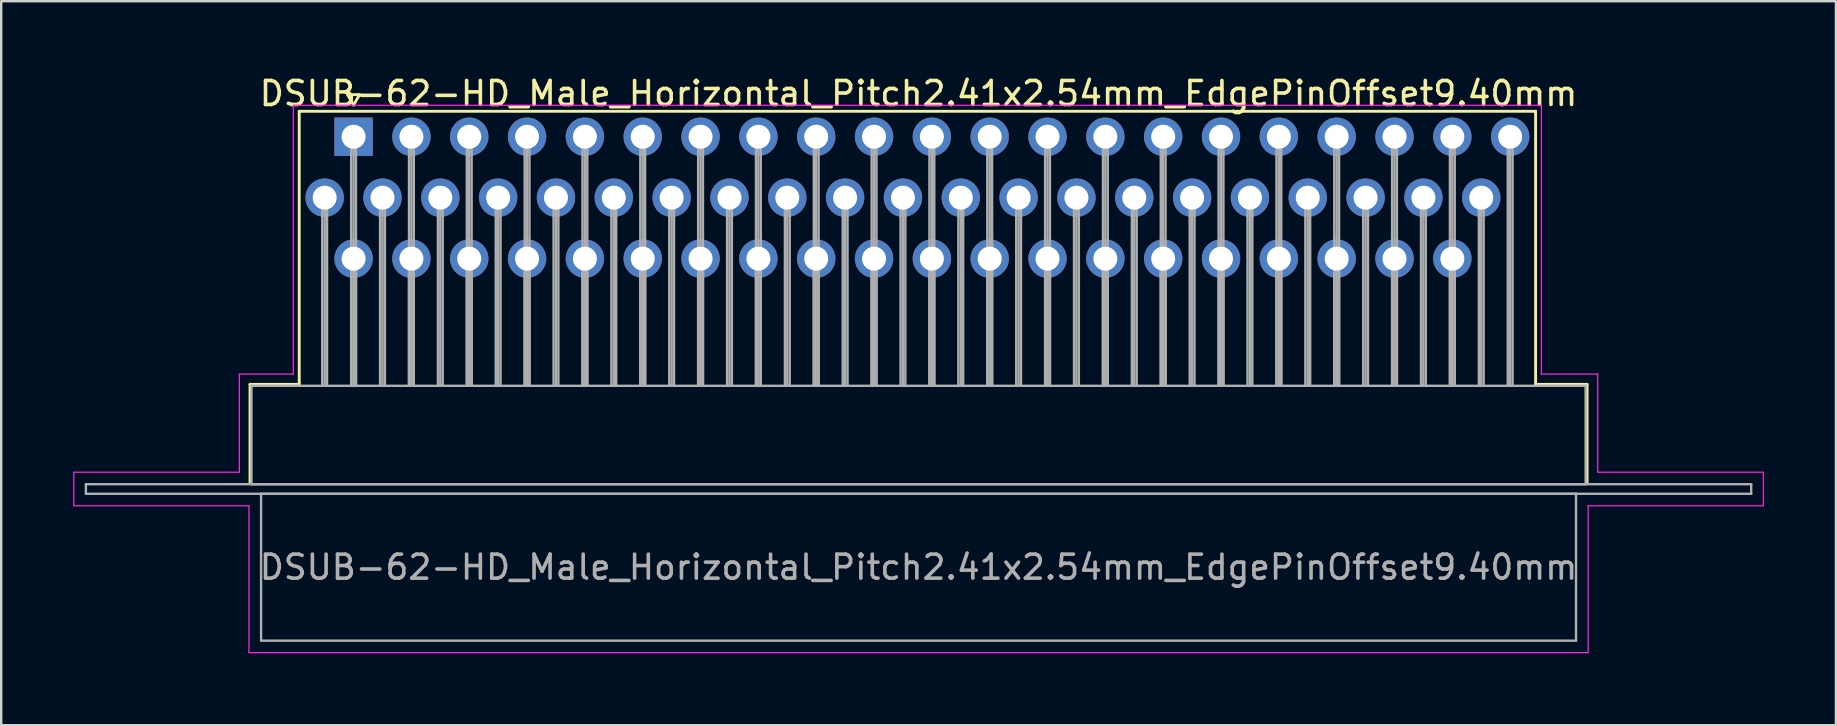
<source format=kicad_pcb>
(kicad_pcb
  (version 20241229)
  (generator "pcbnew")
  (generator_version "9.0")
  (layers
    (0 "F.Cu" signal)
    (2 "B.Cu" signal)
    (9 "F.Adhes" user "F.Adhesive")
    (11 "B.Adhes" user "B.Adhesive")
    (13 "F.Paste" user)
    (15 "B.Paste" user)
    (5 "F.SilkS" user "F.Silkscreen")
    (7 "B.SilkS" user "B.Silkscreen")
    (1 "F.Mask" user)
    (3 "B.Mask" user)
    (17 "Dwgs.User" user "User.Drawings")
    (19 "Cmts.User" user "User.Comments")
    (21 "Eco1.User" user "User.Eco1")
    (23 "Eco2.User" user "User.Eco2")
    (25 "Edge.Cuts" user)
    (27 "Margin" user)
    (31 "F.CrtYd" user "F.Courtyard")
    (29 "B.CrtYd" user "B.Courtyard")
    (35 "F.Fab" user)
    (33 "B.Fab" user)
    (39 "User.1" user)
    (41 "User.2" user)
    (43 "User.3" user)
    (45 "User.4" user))
  (footprint "DSUB-62-HD_Male_Horizontal_Pitch2.41x2.54mm_EdgePinOffset9.40mm"
    (layer "F.Cu")
    (at 11.685 2.648)
    (property "Reference" "DSUB-62-HD_Male_Horizontal_Pitch2.41x2.54mm_EdgePinOffset9.40mm" (at 23.545 -1.8 0) (layer "F.SilkS") (effects (font (size 1 1) (thickness 0.15))))
    (attr through_hole)
    (fp_line (start -4.315 10.32) (end -2.265 10.32) (stroke (width 0.12) (type solid)) (layer "F.SilkS"))
    (fp_line (start -4.315 14.42) (end -4.315 10.32) (stroke (width 0.12) (type solid)) (layer "F.SilkS"))
    (fp_line (start -2.265 -1.06) (end 49.26 -1.06) (stroke (width 0.12) (type solid)) (layer "F.SilkS"))
    (fp_line (start -2.265 10.32) (end -2.265 -1.06) (stroke (width 0.12) (type solid)) (layer "F.SilkS"))
    (fp_line (start -0.25 -1.754) (end 0.25 -1.754) (stroke (width 0.12) (type solid)) (layer "F.SilkS"))
    (fp_line (start 0 -1.321) (end -0.25 -1.754) (stroke (width 0.12) (type solid)) (layer "F.SilkS"))
    (fp_line (start 0.25 -1.754) (end 0 -1.321) (stroke (width 0.12) (type solid)) (layer "F.SilkS"))
    (fp_line (start 49.26 -1.06) (end 49.26 10.32) (stroke (width 0.12) (type solid)) (layer "F.SilkS"))
    (fp_line (start 49.26 10.32) (end 51.405 10.32) (stroke (width 0.12) (type solid)) (layer "F.SilkS"))
    (fp_line (start 51.405 10.32) (end 51.405 14.42) (stroke (width 0.12) (type solid)) (layer "F.SilkS"))
    (fp_line (start -11.66 13.98) (end -4.76 13.98) (stroke (width 0.05) (type solid)) (layer "F.CrtYd"))
    (fp_line (start -11.66 15.38) (end -11.66 13.98) (stroke (width 0.05) (type solid)) (layer "F.CrtYd"))
    (fp_line (start -4.76 9.89) (end -2.51 9.89) (stroke (width 0.05) (type solid)) (layer "F.CrtYd"))
    (fp_line (start -4.76 13.98) (end -4.76 9.89) (stroke (width 0.05) (type solid)) (layer "F.CrtYd"))
    (fp_line (start -4.36 15.38) (end -11.66 15.38) (stroke (width 0.05) (type solid)) (layer "F.CrtYd"))
    (fp_line (start -4.36 21.5) (end -4.36 15.38) (stroke (width 0.05) (type solid)) (layer "F.CrtYd"))
    (fp_line (start -2.51 -1.31) (end 49.5 -1.31) (stroke (width 0.05) (type solid)) (layer "F.CrtYd"))
    (fp_line (start -2.51 9.89) (end -2.51 -1.31) (stroke (width 0.05) (type solid)) (layer "F.CrtYd"))
    (fp_line (start 49.5 -1.31) (end 49.5 9.89) (stroke (width 0.05) (type solid)) (layer "F.CrtYd"))
    (fp_line (start 49.5 9.89) (end 51.85 9.89) (stroke (width 0.05) (type solid)) (layer "F.CrtYd"))
    (fp_line (start 51.45 15.38) (end 51.45 21.5) (stroke (width 0.05) (type solid)) (layer "F.CrtYd"))
    (fp_line (start 51.45 21.5) (end -4.36 21.5) (stroke (width 0.05) (type solid)) (layer "F.CrtYd"))
    (fp_line (start 51.85 9.89) (end 51.85 13.98) (stroke (width 0.05) (type solid)) (layer "F.CrtYd"))
    (fp_line (start 51.85 13.98) (end 58.75 13.98) (stroke (width 0.05) (type solid)) (layer "F.CrtYd"))
    (fp_line (start 58.75 13.98) (end 58.75 15.38) (stroke (width 0.05) (type solid)) (layer "F.CrtYd"))
    (fp_line (start 58.75 15.38) (end 51.45 15.38) (stroke (width 0.05) (type solid)) (layer "F.CrtYd"))
    (fp_line (start -11.155 14.48) (end -11.155 14.88) (stroke (width 0.1) (type solid)) (layer "F.Fab"))
    (fp_line (start -11.155 14.88) (end 58.245 14.88) (stroke (width 0.1) (type solid)) (layer "F.Fab"))
    (fp_line (start -4.255 10.38) (end -4.255 14.48) (stroke (width 0.1) (type solid)) (layer "F.Fab"))
    (fp_line (start -4.255 14.48) (end 51.345 14.48) (stroke (width 0.1) (type solid)) (layer "F.Fab"))
    (fp_line (start -3.855 14.88) (end -3.855 21) (stroke (width 0.1) (type solid)) (layer "F.Fab"))
    (fp_line (start -3.855 21) (end 50.945 21) (stroke (width 0.1) (type solid)) (layer "F.Fab"))
    (fp_line (start -1.305 2.54) (end -1.305 10.38) (stroke (width 0.1) (type solid)) (layer "F.Fab"))
    (fp_line (start -1.205 2.54) (end -1.205 10.38) (stroke (width 0.1) (type solid)) (layer "F.Fab"))
    (fp_line (start -1.105 2.54) (end -1.105 10.38) (stroke (width 0.1) (type solid)) (layer "F.Fab"))
    (fp_line (start -0.1 0) (end -0.1 10.38) (stroke (width 0.1) (type solid)) (layer "F.Fab"))
    (fp_line (start -0.1 5.08) (end -0.1 10.38) (stroke (width 0.1) (type solid)) (layer "F.Fab"))
    (fp_line (start 0 0) (end 0 10.38) (stroke (width 0.1) (type solid)) (layer "F.Fab"))
    (fp_line (start 0 5.08) (end 0 10.38) (stroke (width 0.1) (type solid)) (layer "F.Fab"))
    (fp_line (start 0.1 0) (end 0.1 10.38) (stroke (width 0.1) (type solid)) (layer "F.Fab"))
    (fp_line (start 0.1 5.08) (end 0.1 10.38) (stroke (width 0.1) (type solid)) (layer "F.Fab"))
    (fp_line (start 1.105 2.54) (end 1.105 10.38) (stroke (width 0.1) (type solid)) (layer "F.Fab"))
    (fp_line (start 1.205 2.54) (end 1.205 10.38) (stroke (width 0.1) (type solid)) (layer "F.Fab"))
    (fp_line (start 1.305 2.54) (end 1.305 10.38) (stroke (width 0.1) (type solid)) (layer "F.Fab"))
    (fp_line (start 2.31 0) (end 2.31 10.38) (stroke (width 0.1) (type solid)) (layer "F.Fab"))
    (fp_line (start 2.31 5.08) (end 2.31 10.38) (stroke (width 0.1) (type solid)) (layer "F.Fab"))
    (fp_line (start 2.41 0) (end 2.41 10.38) (stroke (width 0.1) (type solid)) (layer "F.Fab"))
    (fp_line (start 2.41 5.08) (end 2.41 10.38) (stroke (width 0.1) (type solid)) (layer "F.Fab"))
    (fp_line (start 2.51 0) (end 2.51 10.38) (stroke (width 0.1) (type solid)) (layer "F.Fab"))
    (fp_line (start 2.51 5.08) (end 2.51 10.38) (stroke (width 0.1) (type solid)) (layer "F.Fab"))
    (fp_line (start 3.515 2.54) (end 3.515 10.38) (stroke (width 0.1) (type solid)) (layer "F.Fab"))
    (fp_line (start 3.615 2.54) (end 3.615 10.38) (stroke (width 0.1) (type solid)) (layer "F.Fab"))
    (fp_line (start 3.715 2.54) (end 3.715 10.38) (stroke (width 0.1) (type solid)) (layer "F.Fab"))
    (fp_line (start 4.72 0) (end 4.72 10.38) (stroke (width 0.1) (type solid)) (layer "F.Fab"))
    (fp_line (start 4.72 5.08) (end 4.72 10.38) (stroke (width 0.1) (type solid)) (layer "F.Fab"))
    (fp_line (start 4.82 0) (end 4.82 10.38) (stroke (width 0.1) (type solid)) (layer "F.Fab"))
    (fp_line (start 4.82 5.08) (end 4.82 10.38) (stroke (width 0.1) (type solid)) (layer "F.Fab"))
    (fp_line (start 4.92 0) (end 4.92 10.38) (stroke (width 0.1) (type solid)) (layer "F.Fab"))
    (fp_line (start 4.92 5.08) (end 4.92 10.38) (stroke (width 0.1) (type solid)) (layer "F.Fab"))
    (fp_line (start 5.925 2.54) (end 5.925 10.38) (stroke (width 0.1) (type solid)) (layer "F.Fab"))
    (fp_line (start 6.025 2.54) (end 6.025 10.38) (stroke (width 0.1) (type solid)) (layer "F.Fab"))
    (fp_line (start 6.125 2.54) (end 6.125 10.38) (stroke (width 0.1) (type solid)) (layer "F.Fab"))
    (fp_line (start 7.13 0) (end 7.13 10.38) (stroke (width 0.1) (type solid)) (layer "F.Fab"))
    (fp_line (start 7.13 5.08) (end 7.13 10.38) (stroke (width 0.1) (type solid)) (layer "F.Fab"))
    (fp_line (start 7.23 0) (end 7.23 10.38) (stroke (width 0.1) (type solid)) (layer "F.Fab"))
    (fp_line (start 7.23 5.08) (end 7.23 10.38) (stroke (width 0.1) (type solid)) (layer "F.Fab"))
    (fp_line (start 7.33 0) (end 7.33 10.38) (stroke (width 0.1) (type solid)) (layer "F.Fab"))
    (fp_line (start 7.33 5.08) (end 7.33 10.38) (stroke (width 0.1) (type solid)) (layer "F.Fab"))
    (fp_line (start 8.335 2.54) (end 8.335 10.38) (stroke (width 0.1) (type solid)) (layer "F.Fab"))
    (fp_line (start 8.435 2.54) (end 8.435 10.38) (stroke (width 0.1) (type solid)) (layer "F.Fab"))
    (fp_line (start 8.535 2.54) (end 8.535 10.38) (stroke (width 0.1) (type solid)) (layer "F.Fab"))
    (fp_line (start 9.54 0) (end 9.54 10.38) (stroke (width 0.1) (type solid)) (layer "F.Fab"))
    (fp_line (start 9.54 5.08) (end 9.54 10.38) (stroke (width 0.1) (type solid)) (layer "F.Fab"))
    (fp_line (start 9.64 0) (end 9.64 10.38) (stroke (width 0.1) (type solid)) (layer "F.Fab"))
    (fp_line (start 9.64 5.08) (end 9.64 10.38) (stroke (width 0.1) (type solid)) (layer "F.Fab"))
    (fp_line (start 9.74 0) (end 9.74 10.38) (stroke (width 0.1) (type solid)) (layer "F.Fab"))
    (fp_line (start 9.74 5.08) (end 9.74 10.38) (stroke (width 0.1) (type solid)) (layer "F.Fab"))
    (fp_line (start 10.745 2.54) (end 10.745 10.38) (stroke (width 0.1) (type solid)) (layer "F.Fab"))
    (fp_line (start 10.845 2.54) (end 10.845 10.38) (stroke (width 0.1) (type solid)) (layer "F.Fab"))
    (fp_line (start 10.945 2.54) (end 10.945 10.38) (stroke (width 0.1) (type solid)) (layer "F.Fab"))
    (fp_line (start 11.95 0) (end 11.95 10.38) (stroke (width 0.1) (type solid)) (layer "F.Fab"))
    (fp_line (start 11.95 5.08) (end 11.95 10.38) (stroke (width 0.1) (type solid)) (layer "F.Fab"))
    (fp_line (start 12.05 0) (end 12.05 10.38) (stroke (width 0.1) (type solid)) (layer "F.Fab"))
    (fp_line (start 12.05 5.08) (end 12.05 10.38) (stroke (width 0.1) (type solid)) (layer "F.Fab"))
    (fp_line (start 12.15 0) (end 12.15 10.38) (stroke (width 0.1) (type solid)) (layer "F.Fab"))
    (fp_line (start 12.15 5.08) (end 12.15 10.38) (stroke (width 0.1) (type solid)) (layer "F.Fab"))
    (fp_line (start 13.155 2.54) (end 13.155 10.38) (stroke (width 0.1) (type solid)) (layer "F.Fab"))
    (fp_line (start 13.255 2.54) (end 13.255 10.38) (stroke (width 0.1) (type solid)) (layer "F.Fab"))
    (fp_line (start 13.355 2.54) (end 13.355 10.38) (stroke (width 0.1) (type solid)) (layer "F.Fab"))
    (fp_line (start 14.36 0) (end 14.36 10.38) (stroke (width 0.1) (type solid)) (layer "F.Fab"))
    (fp_line (start 14.36 5.08) (end 14.36 10.38) (stroke (width 0.1) (type solid)) (layer "F.Fab"))
    (fp_line (start 14.46 0) (end 14.46 10.38) (stroke (width 0.1) (type solid)) (layer "F.Fab"))
    (fp_line (start 14.46 5.08) (end 14.46 10.38) (stroke (width 0.1) (type solid)) (layer "F.Fab"))
    (fp_line (start 14.56 0) (end 14.56 10.38) (stroke (width 0.1) (type solid)) (layer "F.Fab"))
    (fp_line (start 14.56 5.08) (end 14.56 10.38) (stroke (width 0.1) (type solid)) (layer "F.Fab"))
    (fp_line (start 15.565 2.54) (end 15.565 10.38) (stroke (width 0.1) (type solid)) (layer "F.Fab"))
    (fp_line (start 15.665 2.54) (end 15.665 10.38) (stroke (width 0.1) (type solid)) (layer "F.Fab"))
    (fp_line (start 15.765 2.54) (end 15.765 10.38) (stroke (width 0.1) (type solid)) (layer "F.Fab"))
    (fp_line (start 16.77 0) (end 16.77 10.38) (stroke (width 0.1) (type solid)) (layer "F.Fab"))
    (fp_line (start 16.77 5.08) (end 16.77 10.38) (stroke (width 0.1) (type solid)) (layer "F.Fab"))
    (fp_line (start 16.87 0) (end 16.87 10.38) (stroke (width 0.1) (type solid)) (layer "F.Fab"))
    (fp_line (start 16.87 5.08) (end 16.87 10.38) (stroke (width 0.1) (type solid)) (layer "F.Fab"))
    (fp_line (start 16.97 0) (end 16.97 10.38) (stroke (width 0.1) (type solid)) (layer "F.Fab"))
    (fp_line (start 16.97 5.08) (end 16.97 10.38) (stroke (width 0.1) (type solid)) (layer "F.Fab"))
    (fp_line (start 17.975 2.54) (end 17.975 10.38) (stroke (width 0.1) (type solid)) (layer "F.Fab"))
    (fp_line (start 18.075 2.54) (end 18.075 10.38) (stroke (width 0.1) (type solid)) (layer "F.Fab"))
    (fp_line (start 18.175 2.54) (end 18.175 10.38) (stroke (width 0.1) (type solid)) (layer "F.Fab"))
    (fp_line (start 19.18 0) (end 19.18 10.38) (stroke (width 0.1) (type solid)) (layer "F.Fab"))
    (fp_line (start 19.18 5.08) (end 19.18 10.38) (stroke (width 0.1) (type solid)) (layer "F.Fab"))
    (fp_line (start 19.28 0) (end 19.28 10.38) (stroke (width 0.1) (type solid)) (layer "F.Fab"))
    (fp_line (start 19.28 5.08) (end 19.28 10.38) (stroke (width 0.1) (type solid)) (layer "F.Fab"))
    (fp_line (start 19.38 0) (end 19.38 10.38) (stroke (width 0.1) (type solid)) (layer "F.Fab"))
    (fp_line (start 19.38 5.08) (end 19.38 10.38) (stroke (width 0.1) (type solid)) (layer "F.Fab"))
    (fp_line (start 20.385 2.54) (end 20.385 10.38) (stroke (width 0.1) (type solid)) (layer "F.Fab"))
    (fp_line (start 20.485 2.54) (end 20.485 10.38) (stroke (width 0.1) (type solid)) (layer "F.Fab"))
    (fp_line (start 20.585 2.54) (end 20.585 10.38) (stroke (width 0.1) (type solid)) (layer "F.Fab"))
    (fp_line (start 21.59 0) (end 21.59 10.38) (stroke (width 0.1) (type solid)) (layer "F.Fab"))
    (fp_line (start 21.59 5.08) (end 21.59 10.38) (stroke (width 0.1) (type solid)) (layer "F.Fab"))
    (fp_line (start 21.69 0) (end 21.69 10.38) (stroke (width 0.1) (type solid)) (layer "F.Fab"))
    (fp_line (start 21.69 5.08) (end 21.69 10.38) (stroke (width 0.1) (type solid)) (layer "F.Fab"))
    (fp_line (start 21.79 0) (end 21.79 10.38) (stroke (width 0.1) (type solid)) (layer "F.Fab"))
    (fp_line (start 21.79 5.08) (end 21.79 10.38) (stroke (width 0.1) (type solid)) (layer "F.Fab"))
    (fp_line (start 22.795 2.54) (end 22.795 10.38) (stroke (width 0.1) (type solid)) (layer "F.Fab"))
    (fp_line (start 22.895 2.54) (end 22.895 10.38) (stroke (width 0.1) (type solid)) (layer "F.Fab"))
    (fp_line (start 22.995 2.54) (end 22.995 10.38) (stroke (width 0.1) (type solid)) (layer "F.Fab"))
    (fp_line (start 24 0) (end 24 10.38) (stroke (width 0.1) (type solid)) (layer "F.Fab"))
    (fp_line (start 24 5.08) (end 24 10.38) (stroke (width 0.1) (type solid)) (layer "F.Fab"))
    (fp_line (start 24.1 0) (end 24.1 10.38) (stroke (width 0.1) (type solid)) (layer "F.Fab"))
    (fp_line (start 24.1 5.08) (end 24.1 10.38) (stroke (width 0.1) (type solid)) (layer "F.Fab"))
    (fp_line (start 24.2 0) (end 24.2 10.38) (stroke (width 0.1) (type solid)) (layer "F.Fab"))
    (fp_line (start 24.2 5.08) (end 24.2 10.38) (stroke (width 0.1) (type solid)) (layer "F.Fab"))
    (fp_line (start 25.205 2.54) (end 25.205 10.38) (stroke (width 0.1) (type solid)) (layer "F.Fab"))
    (fp_line (start 25.305 2.54) (end 25.305 10.38) (stroke (width 0.1) (type solid)) (layer "F.Fab"))
    (fp_line (start 25.405 2.54) (end 25.405 10.38) (stroke (width 0.1) (type solid)) (layer "F.Fab"))
    (fp_line (start 26.41 0) (end 26.41 10.38) (stroke (width 0.1) (type solid)) (layer "F.Fab"))
    (fp_line (start 26.41 5.08) (end 26.41 10.38) (stroke (width 0.1) (type solid)) (layer "F.Fab"))
    (fp_line (start 26.51 0) (end 26.51 10.38) (stroke (width 0.1) (type solid)) (layer "F.Fab"))
    (fp_line (start 26.51 5.08) (end 26.51 10.38) (stroke (width 0.1) (type solid)) (layer "F.Fab"))
    (fp_line (start 26.61 0) (end 26.61 10.38) (stroke (width 0.1) (type solid)) (layer "F.Fab"))
    (fp_line (start 26.61 5.08) (end 26.61 10.38) (stroke (width 0.1) (type solid)) (layer "F.Fab"))
    (fp_line (start 27.615 2.54) (end 27.615 10.38) (stroke (width 0.1) (type solid)) (layer "F.Fab"))
    (fp_line (start 27.715 2.54) (end 27.715 10.38) (stroke (width 0.1) (type solid)) (layer "F.Fab"))
    (fp_line (start 27.815 2.54) (end 27.815 10.38) (stroke (width 0.1) (type solid)) (layer "F.Fab"))
    (fp_line (start 28.82 0) (end 28.82 10.38) (stroke (width 0.1) (type solid)) (layer "F.Fab"))
    (fp_line (start 28.82 5.08) (end 28.82 10.38) (stroke (width 0.1) (type solid)) (layer "F.Fab"))
    (fp_line (start 28.92 0) (end 28.92 10.38) (stroke (width 0.1) (type solid)) (layer "F.Fab"))
    (fp_line (start 28.92 5.08) (end 28.92 10.38) (stroke (width 0.1) (type solid)) (layer "F.Fab"))
    (fp_line (start 29.02 0) (end 29.02 10.38) (stroke (width 0.1) (type solid)) (layer "F.Fab"))
    (fp_line (start 29.02 5.08) (end 29.02 10.38) (stroke (width 0.1) (type solid)) (layer "F.Fab"))
    (fp_line (start 30.025 2.54) (end 30.025 10.38) (stroke (width 0.1) (type solid)) (layer "F.Fab"))
    (fp_line (start 30.125 2.54) (end 30.125 10.38) (stroke (width 0.1) (type solid)) (layer "F.Fab"))
    (fp_line (start 30.225 2.54) (end 30.225 10.38) (stroke (width 0.1) (type solid)) (layer "F.Fab"))
    (fp_line (start 31.23 0) (end 31.23 10.38) (stroke (width 0.1) (type solid)) (layer "F.Fab"))
    (fp_line (start 31.23 5.08) (end 31.23 10.38) (stroke (width 0.1) (type solid)) (layer "F.Fab"))
    (fp_line (start 31.33 0) (end 31.33 10.38) (stroke (width 0.1) (type solid)) (layer "F.Fab"))
    (fp_line (start 31.33 5.08) (end 31.33 10.38) (stroke (width 0.1) (type solid)) (layer "F.Fab"))
    (fp_line (start 31.43 0) (end 31.43 10.38) (stroke (width 0.1) (type solid)) (layer "F.Fab"))
    (fp_line (start 31.43 5.08) (end 31.43 10.38) (stroke (width 0.1) (type solid)) (layer "F.Fab"))
    (fp_line (start 32.435 2.54) (end 32.435 10.38) (stroke (width 0.1) (type solid)) (layer "F.Fab"))
    (fp_line (start 32.535 2.54) (end 32.535 10.38) (stroke (width 0.1) (type solid)) (layer "F.Fab"))
    (fp_line (start 32.635 2.54) (end 32.635 10.38) (stroke (width 0.1) (type solid)) (layer "F.Fab"))
    (fp_line (start 33.64 0) (end 33.64 10.38) (stroke (width 0.1) (type solid)) (layer "F.Fab"))
    (fp_line (start 33.64 5.08) (end 33.64 10.38) (stroke (width 0.1) (type solid)) (layer "F.Fab"))
    (fp_line (start 33.74 0) (end 33.74 10.38) (stroke (width 0.1) (type solid)) (layer "F.Fab"))
    (fp_line (start 33.74 5.08) (end 33.74 10.38) (stroke (width 0.1) (type solid)) (layer "F.Fab"))
    (fp_line (start 33.84 0) (end 33.84 10.38) (stroke (width 0.1) (type solid)) (layer "F.Fab"))
    (fp_line (start 33.84 5.08) (end 33.84 10.38) (stroke (width 0.1) (type solid)) (layer "F.Fab"))
    (fp_line (start 34.845 2.54) (end 34.845 10.38) (stroke (width 0.1) (type solid)) (layer "F.Fab"))
    (fp_line (start 34.945 2.54) (end 34.945 10.38) (stroke (width 0.1) (type solid)) (layer "F.Fab"))
    (fp_line (start 35.045 2.54) (end 35.045 10.38) (stroke (width 0.1) (type solid)) (layer "F.Fab"))
    (fp_line (start 36.05 0) (end 36.05 10.38) (stroke (width 0.1) (type solid)) (layer "F.Fab"))
    (fp_line (start 36.05 5.08) (end 36.05 10.38) (stroke (width 0.1) (type solid)) (layer "F.Fab"))
    (fp_line (start 36.15 0) (end 36.15 10.38) (stroke (width 0.1) (type solid)) (layer "F.Fab"))
    (fp_line (start 36.15 5.08) (end 36.15 10.38) (stroke (width 0.1) (type solid)) (layer "F.Fab"))
    (fp_line (start 36.25 0) (end 36.25 10.38) (stroke (width 0.1) (type solid)) (layer "F.Fab"))
    (fp_line (start 36.25 5.08) (end 36.25 10.38) (stroke (width 0.1) (type solid)) (layer "F.Fab"))
    (fp_line (start 37.255 2.54) (end 37.255 10.38) (stroke (width 0.1) (type solid)) (layer "F.Fab"))
    (fp_line (start 37.355 2.54) (end 37.355 10.38) (stroke (width 0.1) (type solid)) (layer "F.Fab"))
    (fp_line (start 37.455 2.54) (end 37.455 10.38) (stroke (width 0.1) (type solid)) (layer "F.Fab"))
    (fp_line (start 38.46 0) (end 38.46 10.38) (stroke (width 0.1) (type solid)) (layer "F.Fab"))
    (fp_line (start 38.46 5.08) (end 38.46 10.38) (stroke (width 0.1) (type solid)) (layer "F.Fab"))
    (fp_line (start 38.56 0) (end 38.56 10.38) (stroke (width 0.1) (type solid)) (layer "F.Fab"))
    (fp_line (start 38.56 5.08) (end 38.56 10.38) (stroke (width 0.1) (type solid)) (layer "F.Fab"))
    (fp_line (start 38.66 0) (end 38.66 10.38) (stroke (width 0.1) (type solid)) (layer "F.Fab"))
    (fp_line (start 38.66 5.08) (end 38.66 10.38) (stroke (width 0.1) (type solid)) (layer "F.Fab"))
    (fp_line (start 39.665 2.54) (end 39.665 10.38) (stroke (width 0.1) (type solid)) (layer "F.Fab"))
    (fp_line (start 39.765 2.54) (end 39.765 10.38) (stroke (width 0.1) (type solid)) (layer "F.Fab"))
    (fp_line (start 39.865 2.54) (end 39.865 10.38) (stroke (width 0.1) (type solid)) (layer "F.Fab"))
    (fp_line (start 40.87 0) (end 40.87 10.38) (stroke (width 0.1) (type solid)) (layer "F.Fab"))
    (fp_line (start 40.87 5.08) (end 40.87 10.38) (stroke (width 0.1) (type solid)) (layer "F.Fab"))
    (fp_line (start 40.97 0) (end 40.97 10.38) (stroke (width 0.1) (type solid)) (layer "F.Fab"))
    (fp_line (start 40.97 5.08) (end 40.97 10.38) (stroke (width 0.1) (type solid)) (layer "F.Fab"))
    (fp_line (start 41.07 0) (end 41.07 10.38) (stroke (width 0.1) (type solid)) (layer "F.Fab"))
    (fp_line (start 41.07 5.08) (end 41.07 10.38) (stroke (width 0.1) (type solid)) (layer "F.Fab"))
    (fp_line (start 42.075 2.54) (end 42.075 10.38) (stroke (width 0.1) (type solid)) (layer "F.Fab"))
    (fp_line (start 42.175 2.54) (end 42.175 10.38) (stroke (width 0.1) (type solid)) (layer "F.Fab"))
    (fp_line (start 42.275 2.54) (end 42.275 10.38) (stroke (width 0.1) (type solid)) (layer "F.Fab"))
    (fp_line (start 43.28 0) (end 43.28 10.38) (stroke (width 0.1) (type solid)) (layer "F.Fab"))
    (fp_line (start 43.28 5.08) (end 43.28 10.38) (stroke (width 0.1) (type solid)) (layer "F.Fab"))
    (fp_line (start 43.38 0) (end 43.38 10.38) (stroke (width 0.1) (type solid)) (layer "F.Fab"))
    (fp_line (start 43.38 5.08) (end 43.38 10.38) (stroke (width 0.1) (type solid)) (layer "F.Fab"))
    (fp_line (start 43.48 0) (end 43.48 10.38) (stroke (width 0.1) (type solid)) (layer "F.Fab"))
    (fp_line (start 43.48 5.08) (end 43.48 10.38) (stroke (width 0.1) (type solid)) (layer "F.Fab"))
    (fp_line (start 44.485 2.54) (end 44.485 10.38) (stroke (width 0.1) (type solid)) (layer "F.Fab"))
    (fp_line (start 44.585 2.54) (end 44.585 10.38) (stroke (width 0.1) (type solid)) (layer "F.Fab"))
    (fp_line (start 44.685 2.54) (end 44.685 10.38) (stroke (width 0.1) (type solid)) (layer "F.Fab"))
    (fp_line (start 45.69 0) (end 45.69 10.38) (stroke (width 0.1) (type solid)) (layer "F.Fab"))
    (fp_line (start 45.69 5.08) (end 45.69 10.38) (stroke (width 0.1) (type solid)) (layer "F.Fab"))
    (fp_line (start 45.79 0) (end 45.79 10.38) (stroke (width 0.1) (type solid)) (layer "F.Fab"))
    (fp_line (start 45.79 5.08) (end 45.79 10.38) (stroke (width 0.1) (type solid)) (layer "F.Fab"))
    (fp_line (start 45.89 0) (end 45.89 10.38) (stroke (width 0.1) (type solid)) (layer "F.Fab"))
    (fp_line (start 45.89 5.08) (end 45.89 10.38) (stroke (width 0.1) (type solid)) (layer "F.Fab"))
    (fp_line (start 46.895 2.54) (end 46.895 10.38) (stroke (width 0.1) (type solid)) (layer "F.Fab"))
    (fp_line (start 46.995 2.54) (end 46.995 10.38) (stroke (width 0.1) (type solid)) (layer "F.Fab"))
    (fp_line (start 47.095 2.54) (end 47.095 10.38) (stroke (width 0.1) (type solid)) (layer "F.Fab"))
    (fp_line (start 48.1 0) (end 48.1 10.38) (stroke (width 0.1) (type solid)) (layer "F.Fab"))
    (fp_line (start 48.2 0) (end 48.2 10.38) (stroke (width 0.1) (type solid)) (layer "F.Fab"))
    (fp_line (start 48.3 0) (end 48.3 10.38) (stroke (width 0.1) (type solid)) (layer "F.Fab"))
    (fp_line (start 50.945 14.88) (end -3.855 14.88) (stroke (width 0.1) (type solid)) (layer "F.Fab"))
    (fp_line (start 50.945 21) (end 50.945 14.88) (stroke (width 0.1) (type solid)) (layer "F.Fab"))
    (fp_line (start 51.345 10.38) (end -4.255 10.38) (stroke (width 0.1) (type solid)) (layer "F.Fab"))
    (fp_line (start 51.345 14.48) (end 51.345 10.38) (stroke (width 0.1) (type solid)) (layer "F.Fab"))
    (fp_line (start 58.245 14.48) (end -11.155 14.48) (stroke (width 0.1) (type solid)) (layer "F.Fab"))
    (fp_line (start 58.245 14.88) (end 58.245 14.48) (stroke (width 0.1) (type solid)) (layer "F.Fab"))
    (fp_text user "${REFERENCE}" (at 23.545 17.94 0) (layer "F.Fab") (effects (font (size 1 1) (thickness 0.15))))
    (pad "1" thru_hole rect (at 0 0) (size 1.6 1.6) (drill 1) (layers "*.Cu" "*.Mask"))
    (pad "2" thru_hole circle (at 2.41 0) (size 1.6 1.6) (drill 1) (layers "*.Cu" "*.Mask"))
    (pad "3" thru_hole circle (at 4.82 0) (size 1.6 1.6) (drill 1) (layers "*.Cu" "*.Mask"))
    (pad "4" thru_hole circle (at 7.23 0) (size 1.6 1.6) (drill 1) (layers "*.Cu" "*.Mask"))
    (pad "5" thru_hole circle (at 9.64 0) (size 1.6 1.6) (drill 1) (layers "*.Cu" "*.Mask"))
    (pad "6" thru_hole circle (at 12.05 0) (size 1.6 1.6) (drill 1) (layers "*.Cu" "*.Mask"))
    (pad "7" thru_hole circle (at 14.46 0) (size 1.6 1.6) (drill 1) (layers "*.Cu" "*.Mask"))
    (pad "8" thru_hole circle (at 16.87 0) (size 1.6 1.6) (drill 1) (layers "*.Cu" "*.Mask"))
    (pad "9" thru_hole circle (at 19.28 0) (size 1.6 1.6) (drill 1) (layers "*.Cu" "*.Mask"))
    (pad "10" thru_hole circle (at 21.69 0) (size 1.6 1.6) (drill 1) (layers "*.Cu" "*.Mask"))
    (pad "11" thru_hole circle (at 24.1 0) (size 1.6 1.6) (drill 1) (layers "*.Cu" "*.Mask"))
    (pad "12" thru_hole circle (at 26.51 0) (size 1.6 1.6) (drill 1) (layers "*.Cu" "*.Mask"))
    (pad "13" thru_hole circle (at 28.92 0) (size 1.6 1.6) (drill 1) (layers "*.Cu" "*.Mask"))
    (pad "14" thru_hole circle (at 31.33 0) (size 1.6 1.6) (drill 1) (layers "*.Cu" "*.Mask"))
    (pad "15" thru_hole circle (at 33.74 0) (size 1.6 1.6) (drill 1) (layers "*.Cu" "*.Mask"))
    (pad "16" thru_hole circle (at 36.15 0) (size 1.6 1.6) (drill 1) (layers "*.Cu" "*.Mask"))
    (pad "17" thru_hole circle (at 38.56 0) (size 1.6 1.6) (drill 1) (layers "*.Cu" "*.Mask"))
    (pad "18" thru_hole circle (at 40.97 0) (size 1.6 1.6) (drill 1) (layers "*.Cu" "*.Mask"))
    (pad "19" thru_hole circle (at 43.38 0) (size 1.6 1.6) (drill 1) (layers "*.Cu" "*.Mask"))
    (pad "20" thru_hole circle (at 45.79 0) (size 1.6 1.6) (drill 1) (layers "*.Cu" "*.Mask"))
    (pad "21" thru_hole circle (at 48.2 0) (size 1.6 1.6) (drill 1) (layers "*.Cu" "*.Mask"))
    (pad "22" thru_hole circle (at -1.205 2.54) (size 1.6 1.6) (drill 1) (layers "*.Cu" "*.Mask"))
    (pad "23" thru_hole circle (at 1.205 2.54) (size 1.6 1.6) (drill 1) (layers "*.Cu" "*.Mask"))
    (pad "24" thru_hole circle (at 3.615 2.54) (size 1.6 1.6) (drill 1) (layers "*.Cu" "*.Mask"))
    (pad "25" thru_hole circle (at 6.025 2.54) (size 1.6 1.6) (drill 1) (layers "*.Cu" "*.Mask"))
    (pad "26" thru_hole circle (at 8.435 2.54) (size 1.6 1.6) (drill 1) (layers "*.Cu" "*.Mask"))
    (pad "27" thru_hole circle (at 10.845 2.54) (size 1.6 1.6) (drill 1) (layers "*.Cu" "*.Mask"))
    (pad "28" thru_hole circle (at 13.255 2.54) (size 1.6 1.6) (drill 1) (layers "*.Cu" "*.Mask"))
    (pad "29" thru_hole circle (at 15.665 2.54) (size 1.6 1.6) (drill 1) (layers "*.Cu" "*.Mask"))
    (pad "30" thru_hole circle (at 18.075 2.54) (size 1.6 1.6) (drill 1) (layers "*.Cu" "*.Mask"))
    (pad "31" thru_hole circle (at 20.485 2.54) (size 1.6 1.6) (drill 1) (layers "*.Cu" "*.Mask"))
    (pad "32" thru_hole circle (at 22.895 2.54) (size 1.6 1.6) (drill 1) (layers "*.Cu" "*.Mask"))
    (pad "33" thru_hole circle (at 25.305 2.54) (size 1.6 1.6) (drill 1) (layers "*.Cu" "*.Mask"))
    (pad "34" thru_hole circle (at 27.715 2.54) (size 1.6 1.6) (drill 1) (layers "*.Cu" "*.Mask"))
    (pad "35" thru_hole circle (at 30.125 2.54) (size 1.6 1.6) (drill 1) (layers "*.Cu" "*.Mask"))
    (pad "36" thru_hole circle (at 32.535 2.54) (size 1.6 1.6) (drill 1) (layers "*.Cu" "*.Mask"))
    (pad "37" thru_hole circle (at 34.945 2.54) (size 1.6 1.6) (drill 1) (layers "*.Cu" "*.Mask"))
    (pad "38" thru_hole circle (at 37.355 2.54) (size 1.6 1.6) (drill 1) (layers "*.Cu" "*.Mask"))
    (pad "39" thru_hole circle (at 39.765 2.54) (size 1.6 1.6) (drill 1) (layers "*.Cu" "*.Mask"))
    (pad "40" thru_hole circle (at 42.175 2.54) (size 1.6 1.6) (drill 1) (layers "*.Cu" "*.Mask"))
    (pad "41" thru_hole circle (at 44.585 2.54) (size 1.6 1.6) (drill 1) (layers "*.Cu" "*.Mask"))
    (pad "42" thru_hole circle (at 46.995 2.54) (size 1.6 1.6) (drill 1) (layers "*.Cu" "*.Mask"))
    (pad "43" thru_hole circle (at 0 5.08) (size 1.6 1.6) (drill 1) (layers "*.Cu" "*.Mask"))
    (pad "44" thru_hole circle (at 2.41 5.08) (size 1.6 1.6) (drill 1) (layers "*.Cu" "*.Mask"))
    (pad "45" thru_hole circle (at 4.82 5.08) (size 1.6 1.6) (drill 1) (layers "*.Cu" "*.Mask"))
    (pad "46" thru_hole circle (at 7.23 5.08) (size 1.6 1.6) (drill 1) (layers "*.Cu" "*.Mask"))
    (pad "47" thru_hole circle (at 9.64 5.08) (size 1.6 1.6) (drill 1) (layers "*.Cu" "*.Mask"))
    (pad "48" thru_hole circle (at 12.05 5.08) (size 1.6 1.6) (drill 1) (layers "*.Cu" "*.Mask"))
    (pad "49" thru_hole circle (at 14.46 5.08) (size 1.6 1.6) (drill 1) (layers "*.Cu" "*.Mask"))
    (pad "50" thru_hole circle (at 16.87 5.08) (size 1.6 1.6) (drill 1) (layers "*.Cu" "*.Mask"))
    (pad "51" thru_hole circle (at 19.28 5.08) (size 1.6 1.6) (drill 1) (layers "*.Cu" "*.Mask"))
    (pad "52" thru_hole circle (at 21.69 5.08) (size 1.6 1.6) (drill 1) (layers "*.Cu" "*.Mask"))
    (pad "53" thru_hole circle (at 24.1 5.08) (size 1.6 1.6) (drill 1) (layers "*.Cu" "*.Mask"))
    (pad "54" thru_hole circle (at 26.51 5.08) (size 1.6 1.6) (drill 1) (layers "*.Cu" "*.Mask"))
    (pad "55" thru_hole circle (at 28.92 5.08) (size 1.6 1.6) (drill 1) (layers "*.Cu" "*.Mask"))
    (pad "56" thru_hole circle (at 31.33 5.08) (size 1.6 1.6) (drill 1) (layers "*.Cu" "*.Mask"))
    (pad "57" thru_hole circle (at 33.74 5.08) (size 1.6 1.6) (drill 1) (layers "*.Cu" "*.Mask"))
    (pad "58" thru_hole circle (at 36.15 5.08) (size 1.6 1.6) (drill 1) (layers "*.Cu" "*.Mask"))
    (pad "59" thru_hole circle (at 38.56 5.08) (size 1.6 1.6) (drill 1) (layers "*.Cu" "*.Mask"))
    (pad "60" thru_hole circle (at 40.97 5.08) (size 1.6 1.6) (drill 1) (layers "*.Cu" "*.Mask"))
    (pad "61" thru_hole circle (at 43.38 5.08) (size 1.6 1.6) (drill 1) (layers "*.Cu" "*.Mask"))
    (pad "62" thru_hole circle (at 45.79 5.08) (size 1.6 1.6) (drill 1) (layers "*.Cu" "*.Mask")))
  (gr_rect
    (start -3 -3)
    (end 73.46 27.173)
    (stroke (width 0.1) (type default))
    (fill no)
    (layer "Edge.Cuts")))
</source>
